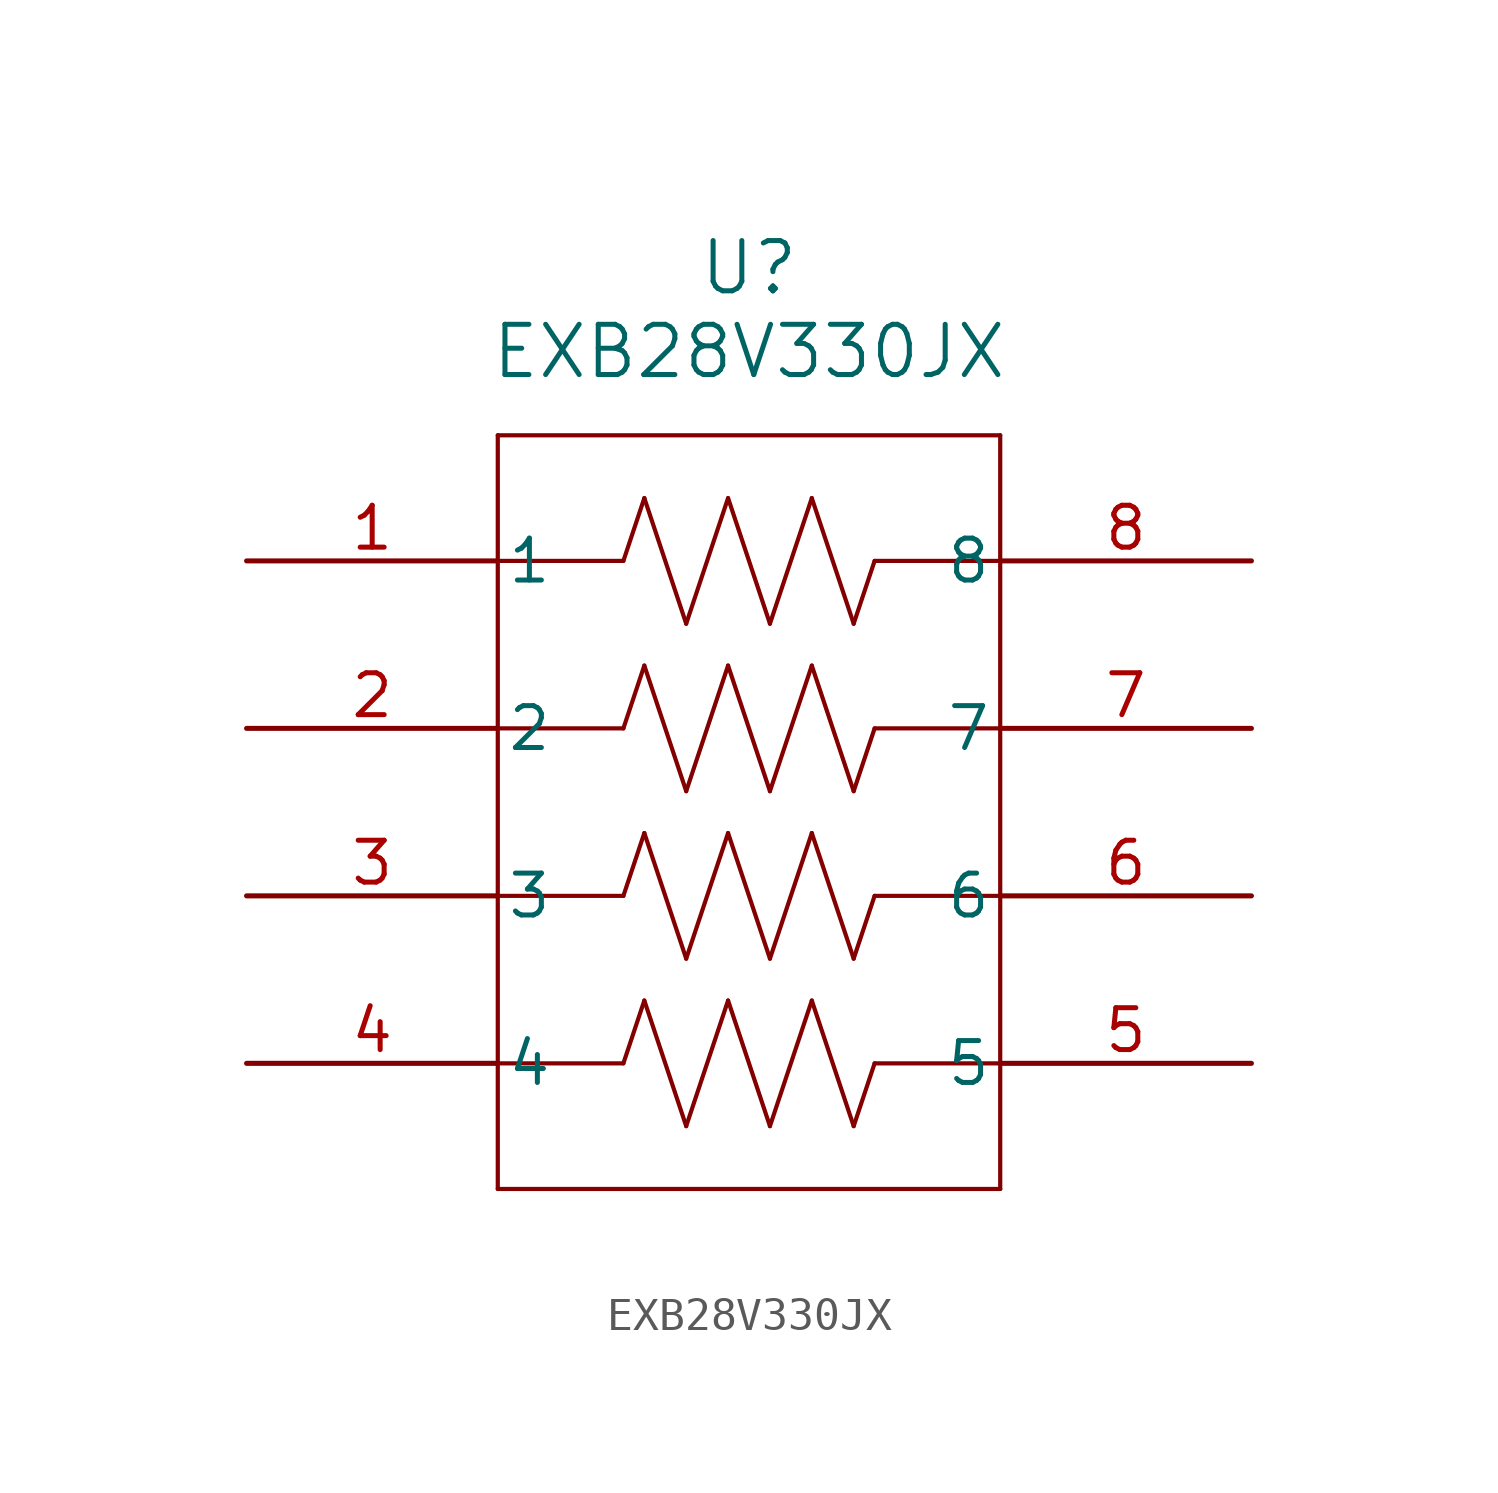
<source format=kicad_sym>
(kicad_symbol_lib
  (version 20211014)
  (generator kicad_symbol_editor)
  (symbol "EXB28V330JX"
    (pin_names
      (offset 0.254))
    (property "Reference" "U"
      (at 15.24 8.89 0)
      (effects (font (size 1.524 1.524))))
    (property "Value" "EXB28V330JX"
      (at 15.24 6.35 0)
      (effects (font (size 1.524 1.524))))
    (symbol "EXB28V330JX_0_1"
      (polyline (pts (xy 7.62 3.81) (xy 7.62 -19.05)) (stroke (width 0.127) (type default) (color 0 0 0 0)) (fill (type none)))
      (polyline (pts (xy 7.62 -19.05) (xy 22.86 -19.05)) (stroke (width 0.127) (type default) (color 0 0 0 0)) (fill (type none)))
      (polyline (pts (xy 22.86 -19.05) (xy 22.86 3.81)) (stroke (width 0.127) (type default) (color 0 0 0 0)) (fill (type none)))
      (polyline (pts (xy 22.86 3.81) (xy 7.62 3.81)) (stroke (width 0.127) (type default) (color 0 0 0 0)) (fill (type none)))
      (polyline (pts (xy 11.43 0) (xy 12.065 1.905)) (stroke (width 0.127) (type default) (color 0 0 0 0)) (fill (type none)))
      (polyline (pts (xy 12.065 1.905) (xy 13.335 -1.905)) (stroke (width 0.127) (type default) (color 0 0 0 0)) (fill (type none)))
      (polyline (pts (xy 13.335 -1.905) (xy 14.605 1.905)) (stroke (width 0.127) (type default) (color 0 0 0 0)) (fill (type none)))
      (polyline (pts (xy 14.605 1.905) (xy 15.875 -1.905)) (stroke (width 0.127) (type default) (color 0 0 0 0)) (fill (type none)))
      (polyline (pts (xy 15.875 -1.905) (xy 17.145 1.905)) (stroke (width 0.127) (type default) (color 0 0 0 0)) (fill (type none)))
      (polyline (pts (xy 17.145 1.905) (xy 18.415 -1.905)) (stroke (width 0.127) (type default) (color 0 0 0 0)) (fill (type none)))
      (polyline (pts (xy 18.415 -1.905) (xy 19.05 0)) (stroke (width 0.127) (type default) (color 0 0 0 0)) (fill (type none)))
      (polyline (pts (xy 11.43 -5.08) (xy 12.065 -3.175)) (stroke (width 0.127) (type default) (color 0 0 0 0)) (fill (type none)))
      (polyline (pts (xy 12.065 -3.175) (xy 13.335 -6.985)) (stroke (width 0.127) (type default) (color 0 0 0 0)) (fill (type none)))
      (polyline (pts (xy 13.335 -6.985) (xy 14.605 -3.175)) (stroke (width 0.127) (type default) (color 0 0 0 0)) (fill (type none)))
      (polyline (pts (xy 14.605 -3.175) (xy 15.875 -6.985)) (stroke (width 0.127) (type default) (color 0 0 0 0)) (fill (type none)))
      (polyline (pts (xy 15.875 -6.985) (xy 17.145 -3.175)) (stroke (width 0.127) (type default) (color 0 0 0 0)) (fill (type none)))
      (polyline (pts (xy 17.145 -3.175) (xy 18.415 -6.985)) (stroke (width 0.127) (type default) (color 0 0 0 0)) (fill (type none)))
      (polyline (pts (xy 18.415 -6.985) (xy 19.05 -5.08)) (stroke (width 0.127) (type default) (color 0 0 0 0)) (fill (type none)))
      (polyline (pts (xy 11.43 -10.16) (xy 12.065 -8.255)) (stroke (width 0.127) (type default) (color 0 0 0 0)) (fill (type none)))
      (polyline (pts (xy 12.065 -8.255) (xy 13.335 -12.065)) (stroke (width 0.127) (type default) (color 0 0 0 0)) (fill (type none)))
      (polyline (pts (xy 13.335 -12.065) (xy 14.605 -8.255)) (stroke (width 0.127) (type default) (color 0 0 0 0)) (fill (type none)))
      (polyline (pts (xy 14.605 -8.255) (xy 15.875 -12.065)) (stroke (width 0.127) (type default) (color 0 0 0 0)) (fill (type none)))
      (polyline (pts (xy 15.875 -12.065) (xy 17.145 -8.255)) (stroke (width 0.127) (type default) (color 0 0 0 0)) (fill (type none)))
      (polyline (pts (xy 17.145 -8.255) (xy 18.415 -12.065)) (stroke (width 0.127) (type default) (color 0 0 0 0)) (fill (type none)))
      (polyline (pts (xy 18.415 -12.065) (xy 19.05 -10.16)) (stroke (width 0.127) (type default) (color 0 0 0 0)) (fill (type none)))
      (polyline (pts (xy 11.43 -15.24) (xy 12.065 -13.335)) (stroke (width 0.127) (type default) (color 0 0 0 0)) (fill (type none)))
      (polyline (pts (xy 12.065 -13.335) (xy 13.335 -17.145)) (stroke (width 0.127) (type default) (color 0 0 0 0)) (fill (type none)))
      (polyline (pts (xy 13.335 -17.145) (xy 14.605 -13.335)) (stroke (width 0.127) (type default) (color 0 0 0 0)) (fill (type none)))
      (polyline (pts (xy 14.605 -13.335) (xy 15.875 -17.145)) (stroke (width 0.127) (type default) (color 0 0 0 0)) (fill (type none)))
      (polyline (pts (xy 15.875 -17.145) (xy 17.145 -13.335)) (stroke (width 0.127) (type default) (color 0 0 0 0)) (fill (type none)))
      (polyline (pts (xy 17.145 -13.335) (xy 18.415 -17.145)) (stroke (width 0.127) (type default) (color 0 0 0 0)) (fill (type none)))
      (polyline (pts (xy 18.415 -17.145) (xy 19.05 -15.24)) (stroke (width 0.127) (type default) (color 0 0 0 0)) (fill (type none)))
      (polyline (pts (xy 11.43 0) (xy 7.62 0)) (stroke (width 0.127) (type default) (color 0 0 0 0)) (fill (type none)))
      (polyline (pts (xy 19.05 0) (xy 22.86 0)) (stroke (width 0.127) (type default) (color 0 0 0 0)) (fill (type none)))
      (polyline (pts (xy 19.05 -5.08) (xy 22.86 -5.08)) (stroke (width 0.127) (type default) (color 0 0 0 0)) (fill (type none)))
      (polyline (pts (xy 19.05 -10.16) (xy 22.86 -10.16)) (stroke (width 0.127) (type default) (color 0 0 0 0)) (fill (type none)))
      (polyline (pts (xy 19.05 -15.24) (xy 22.86 -15.24)) (stroke (width 0.127) (type default) (color 0 0 0 0)) (fill (type none)))
      (polyline (pts (xy 11.43 -15.24) (xy 7.62 -15.24)) (stroke (width 0.127) (type default) (color 0 0 0 0)) (fill (type none)))
      (polyline (pts (xy 11.43 -5.08) (xy 7.62 -5.08)) (stroke (width 0.127) (type default) (color 0 0 0 0)) (fill (type none)))
      (polyline (pts (xy 11.43 -10.16) (xy 7.62 -10.16)) (stroke (width 0.127) (type default) (color 0 0 0 0)) (fill (type none)))
      (pin unspecified line (at 0 0 0) (length 7.62) (name "1" (effects (font (size 1.27 1.27)))) (number "1" (effects (font (size 1.27 1.27)))))
      (pin unspecified line (at 0 -5.08 0) (length 7.62) (name "2" (effects (font (size 1.27 1.27)))) (number "2" (effects (font (size 1.27 1.27)))))
      (pin unspecified line (at 0 -10.16 0) (length 7.62) (name "3" (effects (font (size 1.27 1.27)))) (number "3" (effects (font (size 1.27 1.27)))))
      (pin unspecified line (at 0 -15.24 0) (length 7.62) (name "4" (effects (font (size 1.27 1.27)))) (number "4" (effects (font (size 1.27 1.27)))))
      (pin unspecified line (at 30.48 -15.24 180) (length 7.62) (name "5" (effects (font (size 1.27 1.27)))) (number "5" (effects (font (size 1.27 1.27)))))
      (pin unspecified line (at 30.48 -10.16 180) (length 7.62) (name "6" (effects (font (size 1.27 1.27)))) (number "6" (effects (font (size 1.27 1.27)))))
      (pin unspecified line (at 30.48 -5.08 180) (length 7.62) (name "7" (effects (font (size 1.27 1.27)))) (number "7" (effects (font (size 1.27 1.27)))))
      (pin unspecified line (at 30.48 0 180) (length 7.62) (name "8" (effects (font (size 1.27 1.27)))) (number "8" (effects (font (size 1.27 1.27))))))))
</source>
